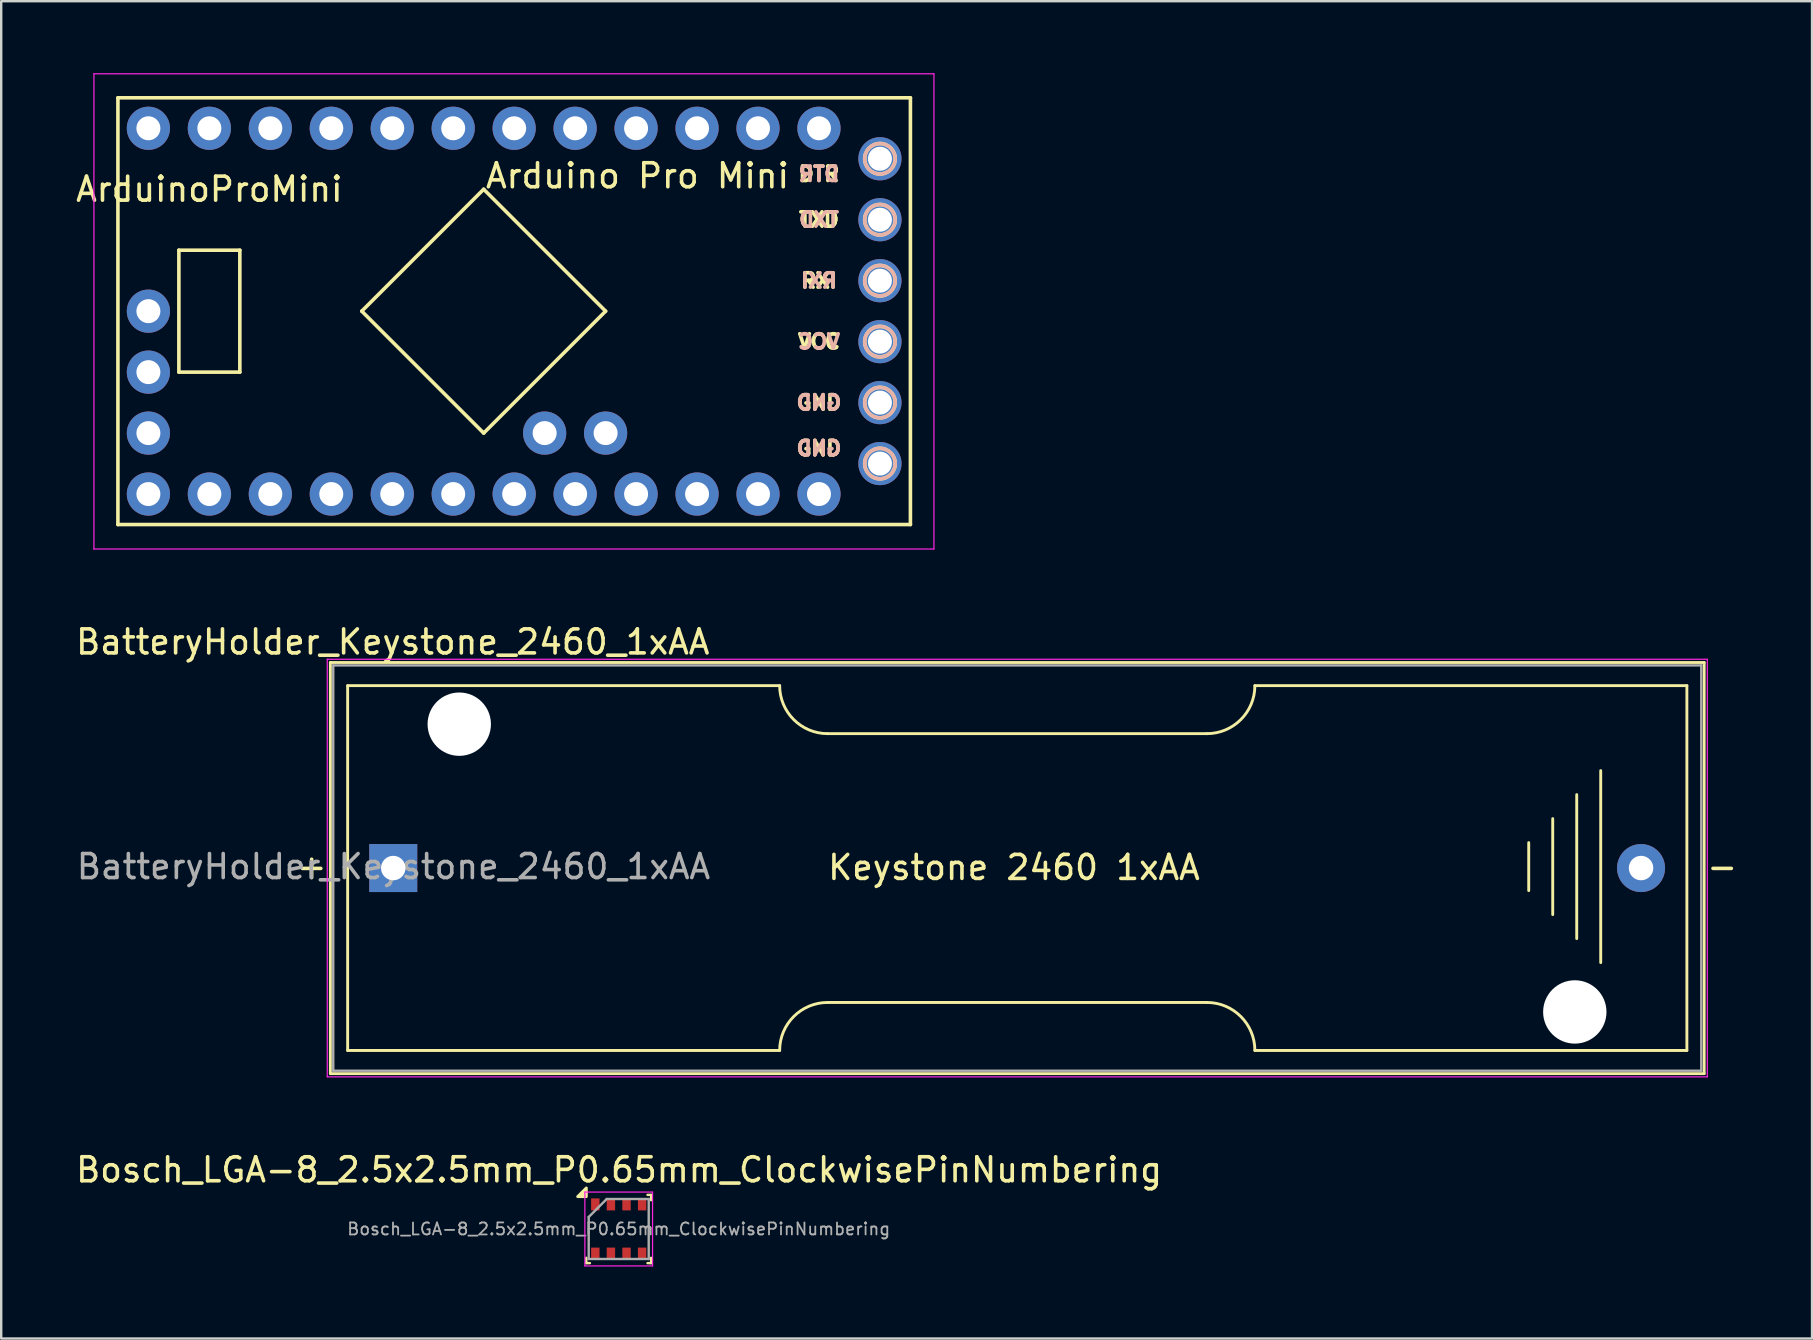
<source format=kicad_pcb>
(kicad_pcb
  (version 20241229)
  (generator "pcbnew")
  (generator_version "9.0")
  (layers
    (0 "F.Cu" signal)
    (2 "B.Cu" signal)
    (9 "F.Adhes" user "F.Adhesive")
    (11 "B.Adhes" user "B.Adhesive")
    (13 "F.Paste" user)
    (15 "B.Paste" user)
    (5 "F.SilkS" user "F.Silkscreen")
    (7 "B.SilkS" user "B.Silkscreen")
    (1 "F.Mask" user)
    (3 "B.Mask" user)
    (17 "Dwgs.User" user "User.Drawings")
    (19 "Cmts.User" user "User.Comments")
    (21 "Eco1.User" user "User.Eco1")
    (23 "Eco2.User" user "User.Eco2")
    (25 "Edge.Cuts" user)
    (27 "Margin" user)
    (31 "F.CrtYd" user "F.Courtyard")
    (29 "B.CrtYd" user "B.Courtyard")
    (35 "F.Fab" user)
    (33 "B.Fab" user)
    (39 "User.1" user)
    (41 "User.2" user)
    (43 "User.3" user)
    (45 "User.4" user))
  (footprint "BatteryHolder_Keystone_2460_1xAA"
    (layer "F.Cu")
    (at 13.335 33.118)
    (property "Reference" "BatteryHolder_Keystone_2460_1xAA" (at -0.02 -9.42 180) (layer "F.SilkS") (effects (font (size 1 1) (thickness 0.15))))
    (attr through_hole)
    (fp_line (start -2.62 -8.565) (end 54.62 -8.565) (stroke (width 0.12) (type solid)) (layer "F.SilkS"))
    (fp_line (start -2.62 8.565) (end -2.62 -8.565) (stroke (width 0.12) (type solid)) (layer "F.SilkS"))
    (fp_line (start -1.9 -7.6) (end -1.9 7.6) (stroke (width 0.12) (type solid)) (layer "F.SilkS"))
    (fp_line (start -1.9 -7.6) (end 16.1 -7.6) (stroke (width 0.12) (type solid)) (layer "F.SilkS"))
    (fp_line (start -1.9 7.6) (end 16.1 7.6) (stroke (width 0.12) (type solid)) (layer "F.SilkS"))
    (fp_line (start 18.1 -5.6) (end 33.9 -5.6) (stroke (width 0.12) (type solid)) (layer "F.SilkS"))
    (fp_line (start 33.9 5.6) (end 18.1 5.6) (stroke (width 0.12) (type solid)) (layer "F.SilkS"))
    (fp_line (start 35.9 -7.6) (end 53.9 -7.6) (stroke (width 0.12) (type solid)) (layer "F.SilkS"))
    (fp_line (start 35.9 7.6) (end 53.9 7.6) (stroke (width 0.12) (type solid)) (layer "F.SilkS"))
    (fp_line (start 47.31 -1.06) (end 47.31 0.94) (stroke (width 0.12) (type solid)) (layer "F.SilkS"))
    (fp_line (start 48.31 -2.06) (end 48.31 1.94) (stroke (width 0.12) (type solid)) (layer "F.SilkS"))
    (fp_line (start 49.31 2.94) (end 49.31 -3.06) (stroke (width 0.12) (type solid)) (layer "F.SilkS"))
    (fp_line (start 50.31 -4.06) (end 50.31 3.94) (stroke (width 0.12) (type solid)) (layer "F.SilkS"))
    (fp_line (start 53.9 -7.6) (end 53.9 7.6) (stroke (width 0.12) (type solid)) (layer "F.SilkS"))
    (fp_line (start 54.62 -8.565) (end 54.62 8.565) (stroke (width 0.12) (type solid)) (layer "F.SilkS"))
    (fp_line (start 54.62 8.565) (end -2.62 8.565) (stroke (width 0.12) (type solid)) (layer "F.SilkS"))
    (fp_arc (start 16.1 7.6) (mid 16.685786 6.185786) (end 18.1 5.6) (stroke (width 0.12) (type solid)) (layer "F.SilkS"))
    (fp_arc (start 18.1 -5.6) (mid 16.685786 -6.185786) (end 16.1 -7.6) (stroke (width 0.12) (type solid)) (layer "F.SilkS"))
    (fp_arc (start 33.9 5.6) (mid 35.314214 6.185786) (end 35.9 7.6) (stroke (width 0.12) (type solid)) (layer "F.SilkS"))
    (fp_arc (start 35.9 -7.6) (mid 35.314214 -6.185786) (end 33.9 -5.6) (stroke (width 0.12) (type solid)) (layer "F.SilkS"))
    (fp_line (start -2.75 -8.7) (end 54.75 -8.7) (stroke (width 0.05) (type solid)) (layer "F.CrtYd"))
    (fp_line (start -2.75 8.7) (end -2.75 -8.7) (stroke (width 0.05) (type solid)) (layer "F.CrtYd"))
    (fp_line (start 54.75 -8.7) (end 54.75 8.7) (stroke (width 0.05) (type solid)) (layer "F.CrtYd"))
    (fp_line (start 54.75 8.7) (end -2.75 8.7) (stroke (width 0.05) (type solid)) (layer "F.CrtYd"))
    (fp_line (start -2.5 -8.445) (end -2.5 8.445) (stroke (width 0.1) (type solid)) (layer "F.Fab"))
    (fp_line (start -2.5 8.445) (end 54.5 8.445) (stroke (width 0.1) (type solid)) (layer "F.Fab"))
    (fp_line (start 54.5 -8.445) (end -2.5 -8.445) (stroke (width 0.1) (type solid)) (layer "F.Fab"))
    (fp_line (start 54.5 8.445) (end 54.5 -8.445) (stroke (width 0.1) (type solid)) (layer "F.Fab"))
    (fp_text user "Keystone 2460 1xAA" (at 25.862 -0.025 0) (layer "F.SilkS") (effects (font (size 1 1) (thickness 0.15))))
    (fp_text user "-" (at 55.37 -0.06 0) (layer "F.SilkS") (effects (font (size 1 1) (thickness 0.15))))
    (fp_text user "+" (at -3.4 -0.06 0) (layer "F.SilkS") (effects (font (size 1 1) (thickness 0.15))))
    (fp_text user "${REFERENCE}" (at 0.01 -0.06 0) (layer "F.Fab") (effects (font (size 1 1) (thickness 0.15))))
    (pad "" np_thru_hole circle (at 2.75 -5.995 90) (size 2.64 2.64) (drill 2.64) (layers "*.Cu" "*.Mask"))
    (pad "" np_thru_hole circle (at 49.23 5.995) (size 2.64 2.64) (drill 2.64) (layers "*.Cu" "*.Mask"))
    (pad "1" thru_hole rect (at 0 0 180) (size 2 2) (drill 1.02) (layers "*.Cu" "*.Mask"))
    (pad "2" thru_hole circle (at 51.99 0 180) (size 2 2) (drill 1.02) (layers "*.Cu" "*.Mask")))
  (footprint "Bosch_LGA-8_2.5x2.5mm_P0.65mm_ClockwisePinNumbering"
    (layer "F.Cu")
    (at 22.729 48.157)
    (property "Reference" "Bosch_LGA-8_2.5x2.5mm_P0.65mm_ClockwisePinNumbering" (at 0.015 -2.465 0) (layer "F.SilkS") (effects (font (size 1 1) (thickness 0.15))))
    (attr smd)
    (fp_line (start -1.35 1.422) (end -1.35 1.2) (stroke (width 0.1) (type solid)) (layer "F.SilkS"))
    (fp_line (start -1.35 1.422) (end -1.2 1.422) (stroke (width 0.1) (type solid)) (layer "F.SilkS"))
    (fp_line (start 1.2 -1.422) (end 1.35 -1.422) (stroke (width 0.1) (type solid)) (layer "F.SilkS"))
    (fp_line (start 1.35 -1.422) (end 1.35 -1.2) (stroke (width 0.1) (type solid)) (layer "F.SilkS"))
    (fp_line (start 1.35 1.422) (end 1.2 1.422) (stroke (width 0.1) (type solid)) (layer "F.SilkS"))
    (fp_line (start 1.35 1.422) (end 1.35 1.2) (stroke (width 0.1) (type solid)) (layer "F.SilkS"))
    (fp_poly (pts (xy -1.35 -1.35) (xy -1.71 -1.35) (xy -1.35 -1.71) (xy -1.35 -1.35)) (stroke (width 0.12) (type solid)) (fill yes) (layer "F.SilkS"))
    (fp_line (start -1.41 -1.54) (end 1.41 -1.54) (stroke (width 0.05) (type solid)) (layer "F.CrtYd"))
    (fp_line (start -1.41 1.54) (end -1.41 -1.54) (stroke (width 0.05) (type solid)) (layer "F.CrtYd"))
    (fp_line (start 1.41 -1.54) (end 1.41 1.54) (stroke (width 0.05) (type solid)) (layer "F.CrtYd"))
    (fp_line (start 1.41 1.54) (end -1.41 1.54) (stroke (width 0.05) (type solid)) (layer "F.CrtYd"))
    (fp_line (start -1.25 -0.5) (end -0.5 -1.25) (stroke (width 0.1) (type solid)) (layer "F.Fab"))
    (fp_line (start -1.25 1.25) (end -1.25 -0.5) (stroke (width 0.1) (type solid)) (layer "F.Fab"))
    (fp_line (start -0.5 -1.25) (end 1.25 -1.25) (stroke (width 0.1) (type solid)) (layer "F.Fab"))
    (fp_line (start 1.25 -1.25) (end 1.25 1.25) (stroke (width 0.1) (type solid)) (layer "F.Fab"))
    (fp_line (start 1.25 1.25) (end -1.25 1.25) (stroke (width 0.1) (type solid)) (layer "F.Fab"))
    (fp_text user "${REFERENCE}" (at 0 0 180) (layer "F.Fab") (effects (font (size 0.5 0.5) (thickness 0.075))))
    (pad "1" smd rect (at -0.975 -1.025 90) (size 0.5 0.35) (layers "F.Cu" "F.Mask" "F.Paste"))
    (pad "2" smd rect (at -0.325 -1.025 90) (size 0.5 0.35) (layers "F.Cu" "F.Mask" "F.Paste"))
    (pad "3" smd rect (at 0.325 -1.025 90) (size 0.5 0.35) (layers "F.Cu" "F.Mask" "F.Paste"))
    (pad "4" smd rect (at 0.975 -1.025 90) (size 0.5 0.35) (layers "F.Cu" "F.Mask" "F.Paste"))
    (pad "5" smd rect (at 0.975 1.025 90) (size 0.5 0.35) (layers "F.Cu" "F.Mask" "F.Paste"))
    (pad "6" smd rect (at 0.325 1.025 90) (size 0.5 0.35) (layers "F.Cu" "F.Mask" "F.Paste"))
    (pad "7" smd rect (at -0.325 1.025 90) (size 0.5 0.35) (layers "F.Cu" "F.Mask" "F.Paste"))
    (pad "8" smd rect (at -0.975 1.025 90) (size 0.5 0.35) (layers "F.Cu" "F.Mask" "F.Paste")))
  (footprint "ArduinoProMini"
    (layer "F.Cu")
    (at 1.863 1.025)
    (property "Reference" "ArduinoProMini" (at 3.81 3.81 0) (layer "F.SilkS") (effects (font (size 1 1) (thickness 0.15))))
    (attr through_hole)
    (fp_line (start 0 0) (end 0 17.78) (stroke (width 0.15) (type solid)) (layer "F.SilkS"))
    (fp_line (start 0 17.78) (end 33.02 17.78) (stroke (width 0.15) (type solid)) (layer "F.SilkS"))
    (fp_line (start 2.54 6.35) (end 2.54 11.43) (stroke (width 0.15) (type solid)) (layer "F.SilkS"))
    (fp_line (start 2.54 11.43) (end 5.08 11.43) (stroke (width 0.15) (type solid)) (layer "F.SilkS"))
    (fp_line (start 5.08 6.35) (end 2.54 6.35) (stroke (width 0.15) (type solid)) (layer "F.SilkS"))
    (fp_line (start 5.08 11.43) (end 5.08 6.35) (stroke (width 0.15) (type solid)) (layer "F.SilkS"))
    (fp_line (start 10.16 8.89) (end 15.24 13.97) (stroke (width 0.15) (type solid)) (layer "F.SilkS"))
    (fp_line (start 15.24 3.81) (end 10.16 8.89) (stroke (width 0.15) (type solid)) (layer "F.SilkS"))
    (fp_line (start 15.24 13.97) (end 20.32 8.89) (stroke (width 0.15) (type solid)) (layer "F.SilkS"))
    (fp_line (start 20.32 8.89) (end 15.24 3.81) (stroke (width 0.15) (type solid)) (layer "F.SilkS"))
    (fp_line (start 33.02 0) (end 0 0) (stroke (width 0.15) (type solid)) (layer "F.SilkS"))
    (fp_line (start 33.02 17.78) (end 33.02 0) (stroke (width 0.15) (type solid)) (layer "F.SilkS"))
    (fp_circle (center 31.75 2.54) (end 31.75 3.175) (stroke (width 0.15) (type solid)) (fill no) (layer "F.SilkS"))
    (fp_circle (center 31.75 5.08) (end 31.75 5.715) (stroke (width 0.15) (type solid)) (fill no) (layer "F.SilkS"))
    (fp_circle (center 31.75 7.62) (end 31.75 8.255) (stroke (width 0.15) (type solid)) (fill no) (layer "F.SilkS"))
    (fp_circle (center 31.75 10.16) (end 31.75 10.795) (stroke (width 0.15) (type solid)) (fill no) (layer "F.SilkS"))
    (fp_circle (center 31.75 12.7) (end 31.75 13.335) (stroke (width 0.15) (type solid)) (fill no) (layer "F.SilkS"))
    (fp_circle (center 31.75 15.24) (end 31.75 15.875) (stroke (width 0.15) (type solid)) (fill no) (layer "F.SilkS"))
    (fp_circle (center 31.75 2.54) (end 31.75 3.175) (stroke (width 0.15) (type solid)) (fill no) (layer "B.SilkS"))
    (fp_circle (center 31.75 5.08) (end 31.75 5.715) (stroke (width 0.15) (type solid)) (fill no) (layer "B.SilkS"))
    (fp_circle (center 31.75 7.62) (end 31.75 8.255) (stroke (width 0.15) (type solid)) (fill no) (layer "B.SilkS"))
    (fp_circle (center 31.75 10.16) (end 31.75 10.795) (stroke (width 0.15) (type solid)) (fill no) (layer "B.SilkS"))
    (fp_circle (center 31.75 12.7) (end 31.75 13.335) (stroke (width 0.15) (type solid)) (fill no) (layer "B.SilkS"))
    (fp_circle (center 31.75 15.24) (end 31.75 15.875) (stroke (width 0.15) (type solid)) (fill no) (layer "B.SilkS"))
    (fp_line (start -1 -1) (end 34 -1) (stroke (width 0.05) (type solid)) (layer "F.CrtYd"))
    (fp_line (start -1 18.8) (end -1 -1) (stroke (width 0.05) (type solid)) (layer "F.CrtYd"))
    (fp_line (start 34 -1) (end 34 18.8) (stroke (width 0.05) (type solid)) (layer "F.CrtYd"))
    (fp_line (start 34 18.8) (end -1 18.8) (stroke (width 0.05) (type solid)) (layer "F.CrtYd"))
    (fp_text user "DTR" (at 29.21 3.175 0) (layer "F.SilkS") (effects (font (size 0.6 0.6) (thickness 0.15))))
    (fp_text user "TXD" (at 29.21 5.08 0) (layer "F.SilkS") (effects (font (size 0.6 0.6) (thickness 0.15))))
    (fp_text user "VCC" (at 29.21 10.16 0) (layer "F.SilkS") (effects (font (size 0.6 0.6) (thickness 0.15))))
    (fp_text user "RXI" (at 29.21 7.62 0) (layer "F.SilkS") (effects (font (size 0.6 0.6) (thickness 0.15))))
    (fp_text user "GND" (at 29.21 14.605 0) (layer "F.SilkS") (effects (font (size 0.6 0.6) (thickness 0.15))))
    (fp_text user "Arduino Pro Mini" (at 21.65 3.25 0) (layer "F.SilkS") (effects (font (size 1 1) (thickness 0.15))))
    (fp_text user "GND" (at 29.21 12.7 0) (layer "F.SilkS") (effects (font (size 0.6 0.6) (thickness 0.15))))
    (fp_text user "DTR" (at 29.21 3.175 0) (layer "B.SilkS") (effects (font (size 0.6 0.6) (thickness 0.15)) (justify mirror)))
    (fp_text user "RXI" (at 29.21 7.62 0) (layer "B.SilkS") (effects (font (size 0.6 0.6) (thickness 0.15)) (justify mirror)))
    (fp_text user "TXD" (at 29.21 5.08 0) (layer "B.SilkS") (effects (font (size 0.6 0.6) (thickness 0.15)) (justify mirror)))
    (fp_text user "GND" (at 29.21 14.605 0) (layer "B.SilkS") (effects (font (size 0.6 0.6) (thickness 0.15)) (justify mirror)))
    (fp_text user "GND" (at 29.21 12.7 0) (layer "B.SilkS") (effects (font (size 0.6 0.6) (thickness 0.15)) (justify mirror)))
    (fp_text user "VCC" (at 29.21 10.16 0) (layer "B.SilkS") (effects (font (size 0.6 0.6) (thickness 0.15)) (justify mirror)))
    (pad "1A" thru_hole circle (at 29.21 16.51) (size 1.8 1.8) (drill 1) (layers "*.Cu" "*.Mask"))
    (pad "1B" thru_hole circle (at 1.27 8.89) (size 1.8 1.8) (drill 1) (layers "*.Cu" "*.Mask"))
    (pad "1C" thru_hole circle (at 29.21 1.27) (size 1.8 1.8) (drill 1) (layers "*.Cu" "*.Mask"))
    (pad "1D" thru_hole circle (at 31.75 2.54) (size 1.8 1.8) (drill 1) (layers "*.Cu" "*.Mask"))
    (pad "1E" thru_hole circle (at 20.32 13.97) (size 1.8 1.8) (drill 1) (layers "*.Cu" "*.Mask"))
    (pad "2A" thru_hole circle (at 26.67 16.51) (size 1.8 1.8) (drill 1) (layers "*.Cu" "*.Mask"))
    (pad "2B" thru_hole circle (at 1.27 11.43) (size 1.8 1.8) (drill 1) (layers "*.Cu" "*.Mask"))
    (pad "2C" thru_hole circle (at 26.67 1.27) (size 1.8 1.8) (drill 1) (layers "*.Cu" "*.Mask"))
    (pad "2D" thru_hole circle (at 31.75 5.08) (size 1.8 1.8) (drill 1) (layers "*.Cu" "*.Mask"))
    (pad "2E" thru_hole circle (at 17.78 13.97) (size 1.8 1.8) (drill 1) (layers "*.Cu" "*.Mask"))
    (pad "3A" thru_hole circle (at 24.13 16.51) (size 1.8 1.8) (drill 1) (layers "*.Cu" "*.Mask"))
    (pad "3B" thru_hole circle (at 1.27 13.97) (size 1.8 1.8) (drill 1) (layers "*.Cu" "*.Mask"))
    (pad "3C" thru_hole circle (at 24.13 1.27) (size 1.8 1.8) (drill 1) (layers "*.Cu" "*.Mask"))
    (pad "3D" thru_hole circle (at 31.75 7.62) (size 1.8 1.8) (drill 1) (layers "*.Cu" "*.Mask"))
    (pad "4A" thru_hole circle (at 21.59 16.51) (size 1.8 1.8) (drill 1) (layers "*.Cu" "*.Mask"))
    (pad "4C" thru_hole circle (at 21.59 1.27) (size 1.8 1.8) (drill 1) (layers "*.Cu" "*.Mask"))
    (pad "4D" thru_hole circle (at 31.75 10.16) (size 1.8 1.8) (drill 1) (layers "*.Cu" "*.Mask"))
    (pad "5A" thru_hole circle (at 19.05 16.51) (size 1.8 1.8) (drill 1) (layers "*.Cu" "*.Mask"))
    (pad "5C" thru_hole circle (at 19.05 1.27) (size 1.8 1.8) (drill 1) (layers "*.Cu" "*.Mask"))
    (pad "5D" thru_hole circle (at 31.75 12.7) (size 1.8 1.8) (drill 1) (layers "*.Cu" "*.Mask"))
    (pad "6A" thru_hole circle (at 16.51 16.51) (size 1.8 1.8) (drill 1) (layers "*.Cu" "*.Mask"))
    (pad "6C" thru_hole circle (at 16.51 1.27) (size 1.8 1.8) (drill 1) (layers "*.Cu" "*.Mask"))
    (pad "6D" thru_hole circle (at 31.75 15.24) (size 1.8 1.8) (drill 1) (layers "*.Cu" "*.Mask"))
    (pad "7A" thru_hole circle (at 13.97 16.51) (size 1.8 1.8) (drill 1) (layers "*.Cu" "*.Mask"))
    (pad "7C" thru_hole circle (at 13.97 1.27) (size 1.8 1.8) (drill 1) (layers "*.Cu" "*.Mask"))
    (pad "8A" thru_hole circle (at 11.43 16.51) (size 1.8 1.8) (drill 1) (layers "*.Cu" "*.Mask"))
    (pad "8C" thru_hole circle (at 11.43 1.27) (size 1.8 1.8) (drill 1) (layers "*.Cu" "*.Mask"))
    (pad "9A" thru_hole circle (at 8.89 16.51) (size 1.8 1.8) (drill 1) (layers "*.Cu" "*.Mask"))
    (pad "9C" thru_hole circle (at 8.89 1.27) (size 1.8 1.8) (drill 1) (layers "*.Cu" "*.Mask"))
    (pad "10A" thru_hole circle (at 6.35 16.51) (size 1.8 1.8) (drill 1) (layers "*.Cu" "*.Mask"))
    (pad "10C" thru_hole circle (at 6.35 1.27) (size 1.8 1.8) (drill 1) (layers "*.Cu" "*.Mask"))
    (pad "11A" thru_hole circle (at 3.81 16.51) (size 1.8 1.8) (drill 1) (layers "*.Cu" "*.Mask"))
    (pad "11C" thru_hole circle (at 3.81 1.27) (size 1.8 1.8) (drill 1) (layers "*.Cu" "*.Mask"))
    (pad "12A" thru_hole circle (at 1.27 16.51) (size 1.8 1.8) (drill 1) (layers "*.Cu" "*.Mask"))
    (pad "12C" thru_hole circle (at 1.27 1.27) (size 1.8 1.8) (drill 1) (layers "*.Cu" "*.Mask")))
  (gr_rect
    (start -3 -3)
    (end 72.45 52.721)
    (stroke (width 0.1) (type default))
    (fill no)
    (layer "Edge.Cuts")))
</source>
